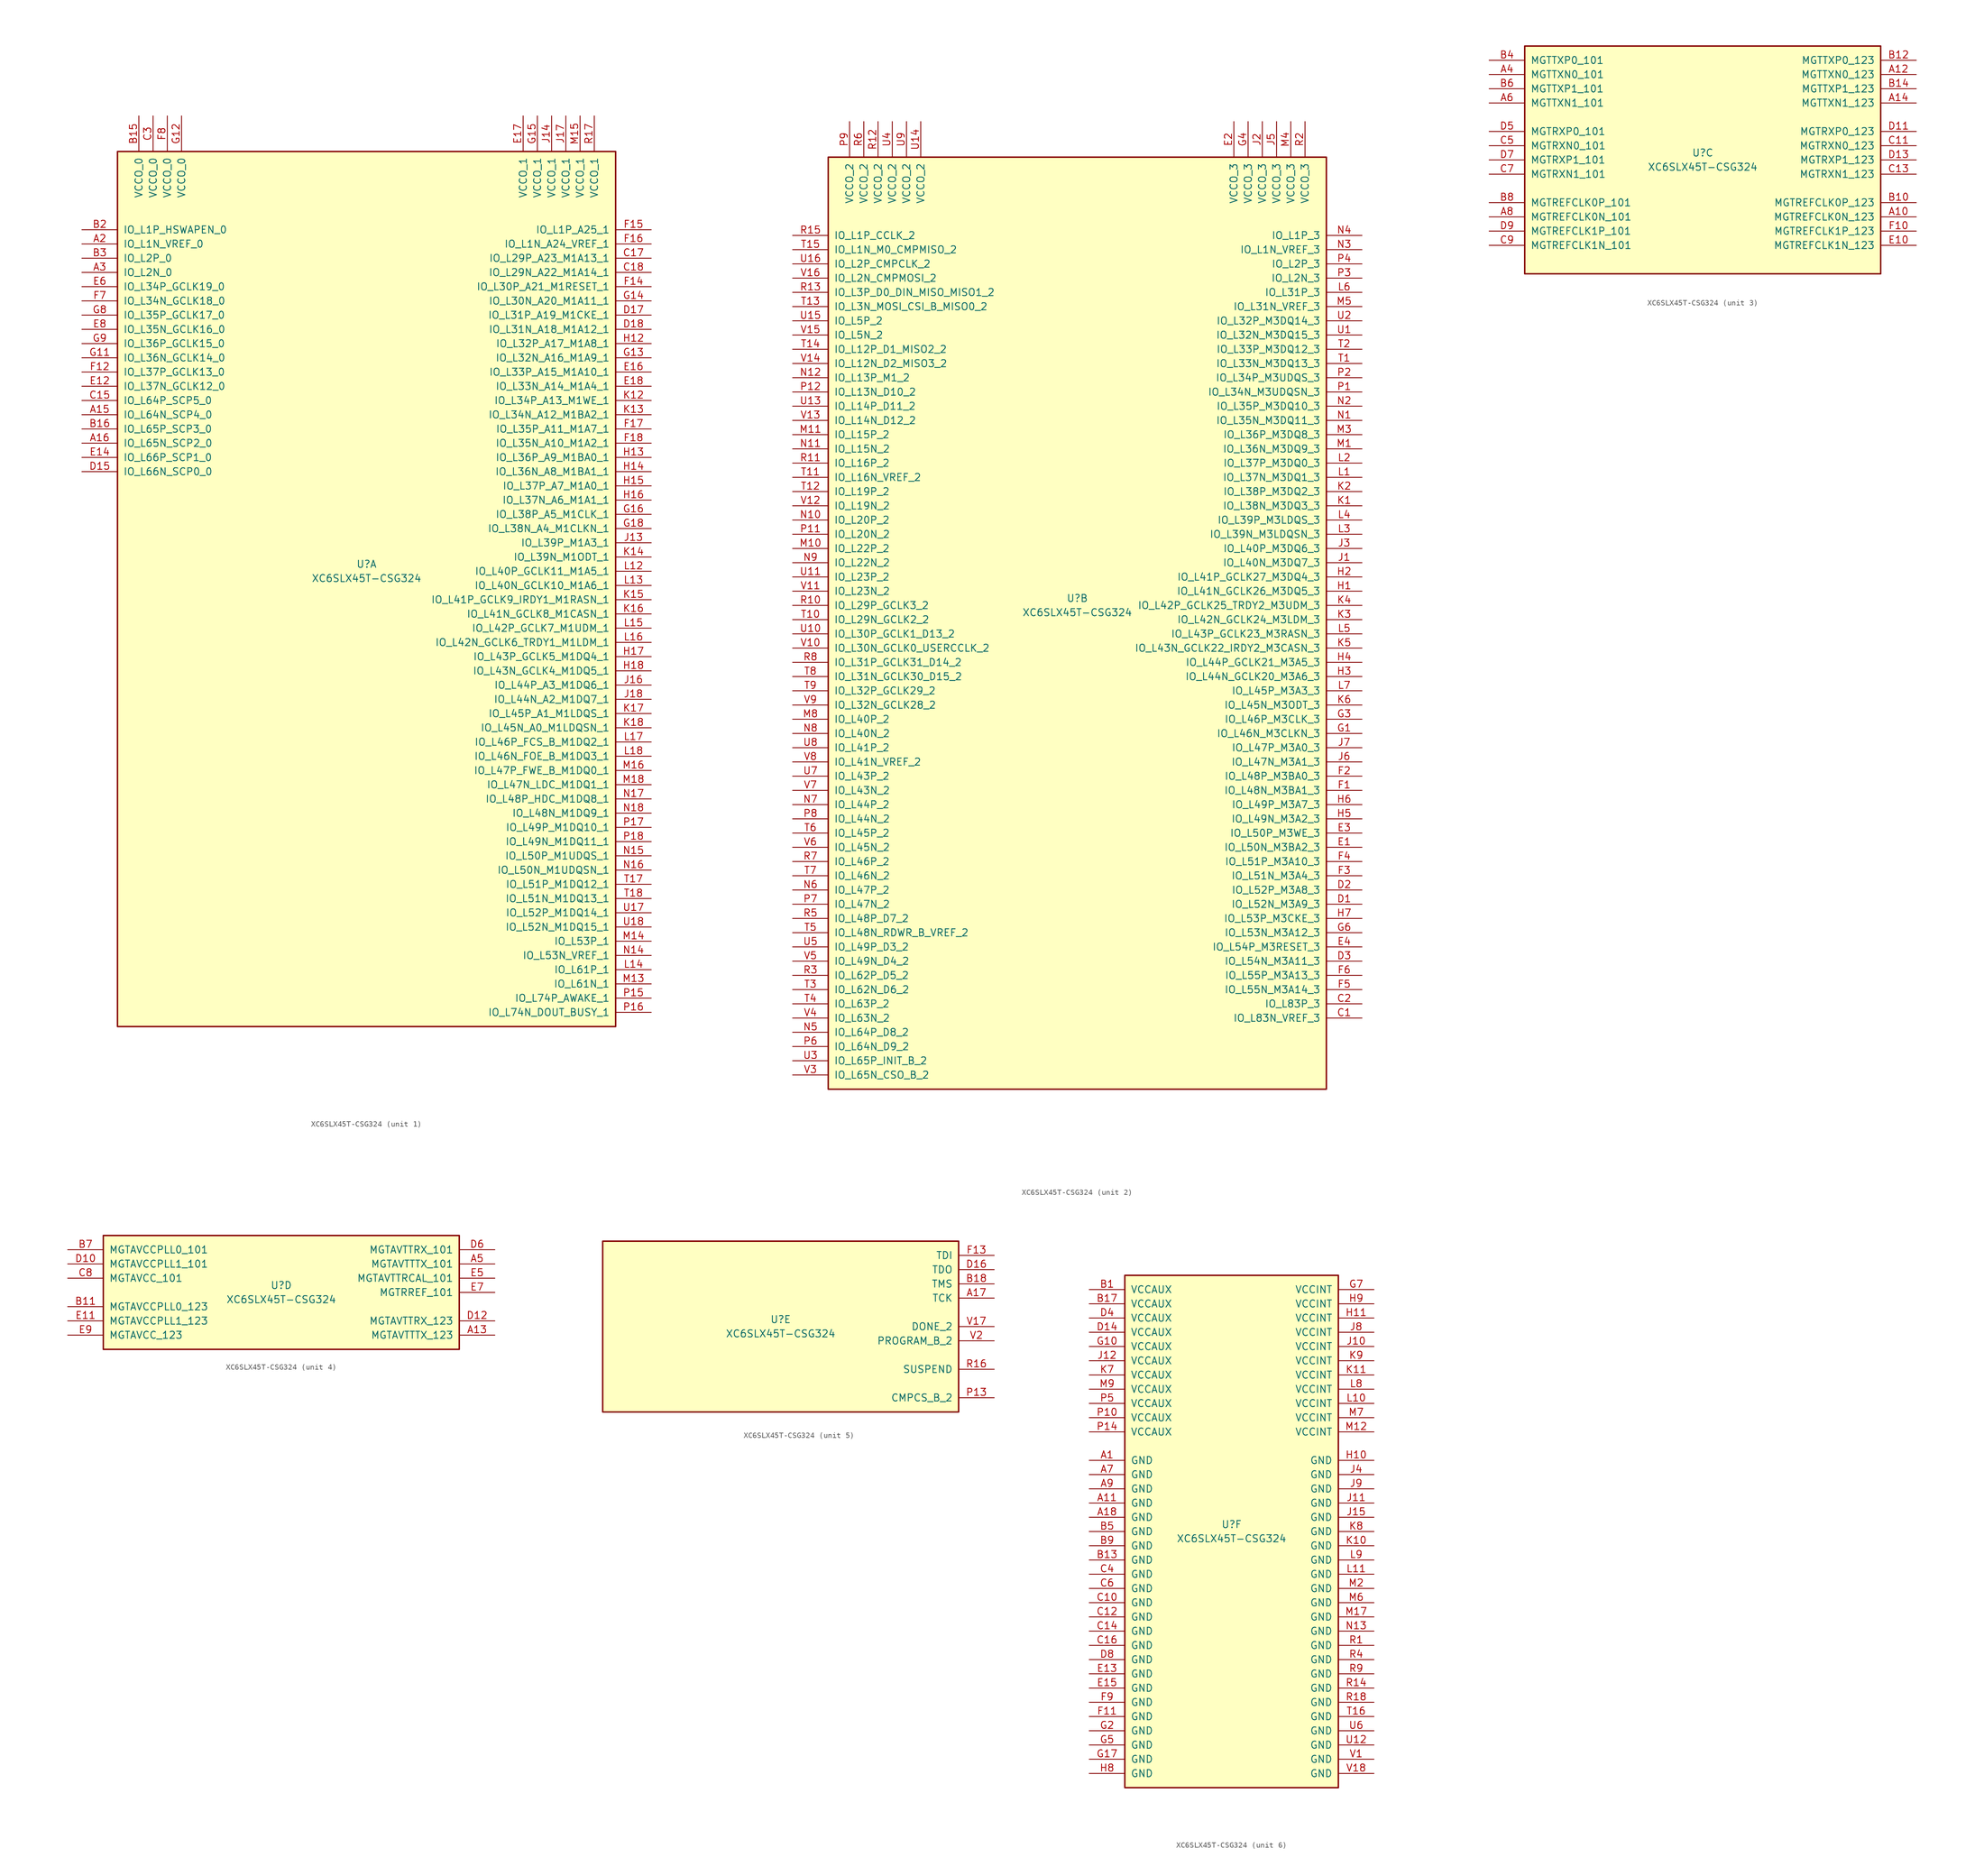
<source format=kicad_sym>
(kicad_symbol_lib
  (version 20201005)
  (generator kicad_symbol_editor)
  (symbol "XC6SLX45T-CSG324"
    (pin_names
      (offset 1.016))
    (property "Reference" "U"
      (at 0 1.27 0)
      (effects (font (size 1.27 1.27))))
    (property "Value" "XC6SLX45T-CSG324"
      (at 0 -1.27 0)
      (effects (font (size 1.27 1.27))))
    (property "Datasheet" ""
      (at 0 0 0)
      (effects (font (size 1.27 1.27))))
    (property "ki_locked" ""
      (at 0 0 0)
      (effects (font (size 1.27 1.27))))
    (symbol "XC6SLX45T-CSG324_1_1"
      (rectangle (start -44.45 74.93) (end 44.45 -81.28) (stroke (width 0.254)) (fill (type background)))
      (pin bidirectional line (at -50.8 27.94 0) (length 6.35) (name "IO_L64N_SCP4_0" (effects (font (size 1.27 1.27)))) (number "A15" (effects (font (size 1.27 1.27)))))
      (pin bidirectional line (at -50.8 22.86 0) (length 6.35) (name "IO_L65N_SCP2_0" (effects (font (size 1.27 1.27)))) (number "A16" (effects (font (size 1.27 1.27)))))
      (pin bidirectional line (at -50.8 58.42 0) (length 6.35) (name "IO_L1N_VREF_0" (effects (font (size 1.27 1.27)))) (number "A2" (effects (font (size 1.27 1.27)))))
      (pin bidirectional line (at -50.8 53.34 0) (length 6.35) (name "IO_L2N_0" (effects (font (size 1.27 1.27)))) (number "A3" (effects (font (size 1.27 1.27)))))
      (pin power_in line (at -40.64 81.28 270) (length 6.35) (name "VCCO_0" (effects (font (size 1.27 1.27)))) (number "B15" (effects (font (size 1.27 1.27)))))
      (pin bidirectional line (at -50.8 25.4 0) (length 6.35) (name "IO_L65P_SCP3_0" (effects (font (size 1.27 1.27)))) (number "B16" (effects (font (size 1.27 1.27)))))
      (pin bidirectional line (at -50.8 60.96 0) (length 6.35) (name "IO_L1P_HSWAPEN_0" (effects (font (size 1.27 1.27)))) (number "B2" (effects (font (size 1.27 1.27)))))
      (pin bidirectional line (at -50.8 55.88 0) (length 6.35) (name "IO_L2P_0" (effects (font (size 1.27 1.27)))) (number "B3" (effects (font (size 1.27 1.27)))))
      (pin bidirectional line (at -50.8 30.48 0) (length 6.35) (name "IO_L64P_SCP5_0" (effects (font (size 1.27 1.27)))) (number "C15" (effects (font (size 1.27 1.27)))))
      (pin bidirectional line (at 50.8 55.88 180) (length 6.35) (name "IO_L29P_A23_M1A13_1" (effects (font (size 1.27 1.27)))) (number "C17" (effects (font (size 1.27 1.27)))))
      (pin bidirectional line (at 50.8 53.34 180) (length 6.35) (name "IO_L29N_A22_M1A14_1" (effects (font (size 1.27 1.27)))) (number "C18" (effects (font (size 1.27 1.27)))))
      (pin power_in line (at -38.1 81.28 270) (length 6.35) (name "VCCO_0" (effects (font (size 1.27 1.27)))) (number "C3" (effects (font (size 1.27 1.27)))))
      (pin bidirectional line (at -50.8 17.78 0) (length 6.35) (name "IO_L66N_SCP0_0" (effects (font (size 1.27 1.27)))) (number "D15" (effects (font (size 1.27 1.27)))))
      (pin bidirectional line (at 50.8 45.72 180) (length 6.35) (name "IO_L31P_A19_M1CKE_1" (effects (font (size 1.27 1.27)))) (number "D17" (effects (font (size 1.27 1.27)))))
      (pin bidirectional line (at 50.8 43.18 180) (length 6.35) (name "IO_L31N_A18_M1A12_1" (effects (font (size 1.27 1.27)))) (number "D18" (effects (font (size 1.27 1.27)))))
      (pin bidirectional line (at -50.8 33.02 0) (length 6.35) (name "IO_L37N_GCLK12_0" (effects (font (size 1.27 1.27)))) (number "E12" (effects (font (size 1.27 1.27)))))
      (pin bidirectional line (at -50.8 20.32 0) (length 6.35) (name "IO_L66P_SCP1_0" (effects (font (size 1.27 1.27)))) (number "E14" (effects (font (size 1.27 1.27)))))
      (pin bidirectional line (at 50.8 35.56 180) (length 6.35) (name "IO_L33P_A15_M1A10_1" (effects (font (size 1.27 1.27)))) (number "E16" (effects (font (size 1.27 1.27)))))
      (pin power_in line (at 27.94 81.28 270) (length 6.35) (name "VCCO_1" (effects (font (size 1.27 1.27)))) (number "E17" (effects (font (size 1.27 1.27)))))
      (pin bidirectional line (at 50.8 33.02 180) (length 6.35) (name "IO_L33N_A14_M1A4_1" (effects (font (size 1.27 1.27)))) (number "E18" (effects (font (size 1.27 1.27)))))
      (pin bidirectional line (at -50.8 50.8 0) (length 6.35) (name "IO_L34P_GCLK19_0" (effects (font (size 1.27 1.27)))) (number "E6" (effects (font (size 1.27 1.27)))))
      (pin bidirectional line (at -50.8 43.18 0) (length 6.35) (name "IO_L35N_GCLK16_0" (effects (font (size 1.27 1.27)))) (number "E8" (effects (font (size 1.27 1.27)))))
      (pin bidirectional line (at -50.8 35.56 0) (length 6.35) (name "IO_L37P_GCLK13_0" (effects (font (size 1.27 1.27)))) (number "F12" (effects (font (size 1.27 1.27)))))
      (pin bidirectional line (at 50.8 50.8 180) (length 6.35) (name "IO_L30P_A21_M1RESET_1" (effects (font (size 1.27 1.27)))) (number "F14" (effects (font (size 1.27 1.27)))))
      (pin bidirectional line (at 50.8 60.96 180) (length 6.35) (name "IO_L1P_A25_1" (effects (font (size 1.27 1.27)))) (number "F15" (effects (font (size 1.27 1.27)))))
      (pin bidirectional line (at 50.8 58.42 180) (length 6.35) (name "IO_L1N_A24_VREF_1" (effects (font (size 1.27 1.27)))) (number "F16" (effects (font (size 1.27 1.27)))))
      (pin bidirectional line (at 50.8 25.4 180) (length 6.35) (name "IO_L35P_A11_M1A7_1" (effects (font (size 1.27 1.27)))) (number "F17" (effects (font (size 1.27 1.27)))))
      (pin bidirectional line (at 50.8 22.86 180) (length 6.35) (name "IO_L35N_A10_M1A2_1" (effects (font (size 1.27 1.27)))) (number "F18" (effects (font (size 1.27 1.27)))))
      (pin bidirectional line (at -50.8 48.26 0) (length 6.35) (name "IO_L34N_GCLK18_0" (effects (font (size 1.27 1.27)))) (number "F7" (effects (font (size 1.27 1.27)))))
      (pin power_in line (at -35.56 81.28 270) (length 6.35) (name "VCCO_0" (effects (font (size 1.27 1.27)))) (number "F8" (effects (font (size 1.27 1.27)))))
      (pin bidirectional line (at -50.8 38.1 0) (length 6.35) (name "IO_L36N_GCLK14_0" (effects (font (size 1.27 1.27)))) (number "G11" (effects (font (size 1.27 1.27)))))
      (pin power_in line (at -33.02 81.28 270) (length 6.35) (name "VCCO_0" (effects (font (size 1.27 1.27)))) (number "G12" (effects (font (size 1.27 1.27)))))
      (pin bidirectional line (at 50.8 38.1 180) (length 6.35) (name "IO_L32N_A16_M1A9_1" (effects (font (size 1.27 1.27)))) (number "G13" (effects (font (size 1.27 1.27)))))
      (pin bidirectional line (at 50.8 48.26 180) (length 6.35) (name "IO_L30N_A20_M1A11_1" (effects (font (size 1.27 1.27)))) (number "G14" (effects (font (size 1.27 1.27)))))
      (pin power_in line (at 30.48 81.28 270) (length 6.35) (name "VCCO_1" (effects (font (size 1.27 1.27)))) (number "G15" (effects (font (size 1.27 1.27)))))
      (pin bidirectional line (at 50.8 10.16 180) (length 6.35) (name "IO_L38P_A5_M1CLK_1" (effects (font (size 1.27 1.27)))) (number "G16" (effects (font (size 1.27 1.27)))))
      (pin bidirectional line (at 50.8 7.62 180) (length 6.35) (name "IO_L38N_A4_M1CLKN_1" (effects (font (size 1.27 1.27)))) (number "G18" (effects (font (size 1.27 1.27)))))
      (pin bidirectional line (at -50.8 45.72 0) (length 6.35) (name "IO_L35P_GCLK17_0" (effects (font (size 1.27 1.27)))) (number "G8" (effects (font (size 1.27 1.27)))))
      (pin bidirectional line (at -50.8 40.64 0) (length 6.35) (name "IO_L36P_GCLK15_0" (effects (font (size 1.27 1.27)))) (number "G9" (effects (font (size 1.27 1.27)))))
      (pin bidirectional line (at 50.8 40.64 180) (length 6.35) (name "IO_L32P_A17_M1A8_1" (effects (font (size 1.27 1.27)))) (number "H12" (effects (font (size 1.27 1.27)))))
      (pin bidirectional line (at 50.8 20.32 180) (length 6.35) (name "IO_L36P_A9_M1BA0_1" (effects (font (size 1.27 1.27)))) (number "H13" (effects (font (size 1.27 1.27)))))
      (pin bidirectional line (at 50.8 17.78 180) (length 6.35) (name "IO_L36N_A8_M1BA1_1" (effects (font (size 1.27 1.27)))) (number "H14" (effects (font (size 1.27 1.27)))))
      (pin bidirectional line (at 50.8 15.24 180) (length 6.35) (name "IO_L37P_A7_M1A0_1" (effects (font (size 1.27 1.27)))) (number "H15" (effects (font (size 1.27 1.27)))))
      (pin bidirectional line (at 50.8 12.7 180) (length 6.35) (name "IO_L37N_A6_M1A1_1" (effects (font (size 1.27 1.27)))) (number "H16" (effects (font (size 1.27 1.27)))))
      (pin bidirectional line (at 50.8 -15.24 180) (length 6.35) (name "IO_L43P_GCLK5_M1DQ4_1" (effects (font (size 1.27 1.27)))) (number "H17" (effects (font (size 1.27 1.27)))))
      (pin bidirectional line (at 50.8 -17.78 180) (length 6.35) (name "IO_L43N_GCLK4_M1DQ5_1" (effects (font (size 1.27 1.27)))) (number "H18" (effects (font (size 1.27 1.27)))))
      (pin bidirectional line (at 50.8 5.08 180) (length 6.35) (name "IO_L39P_M1A3_1" (effects (font (size 1.27 1.27)))) (number "J13" (effects (font (size 1.27 1.27)))))
      (pin power_in line (at 33.02 81.28 270) (length 6.35) (name "VCCO_1" (effects (font (size 1.27 1.27)))) (number "J14" (effects (font (size 1.27 1.27)))))
      (pin bidirectional line (at 50.8 -20.32 180) (length 6.35) (name "IO_L44P_A3_M1DQ6_1" (effects (font (size 1.27 1.27)))) (number "J16" (effects (font (size 1.27 1.27)))))
      (pin power_in line (at 35.56 81.28 270) (length 6.35) (name "VCCO_1" (effects (font (size 1.27 1.27)))) (number "J17" (effects (font (size 1.27 1.27)))))
      (pin bidirectional line (at 50.8 -22.86 180) (length 6.35) (name "IO_L44N_A2_M1DQ7_1" (effects (font (size 1.27 1.27)))) (number "J18" (effects (font (size 1.27 1.27)))))
      (pin bidirectional line (at 50.8 30.48 180) (length 6.35) (name "IO_L34P_A13_M1WE_1" (effects (font (size 1.27 1.27)))) (number "K12" (effects (font (size 1.27 1.27)))))
      (pin bidirectional line (at 50.8 27.94 180) (length 6.35) (name "IO_L34N_A12_M1BA2_1" (effects (font (size 1.27 1.27)))) (number "K13" (effects (font (size 1.27 1.27)))))
      (pin bidirectional line (at 50.8 2.54 180) (length 6.35) (name "IO_L39N_M1ODT_1" (effects (font (size 1.27 1.27)))) (number "K14" (effects (font (size 1.27 1.27)))))
      (pin bidirectional line (at 50.8 -5.08 180) (length 6.35) (name "IO_L41P_GCLK9_IRDY1_M1RASN_1" (effects (font (size 1.27 1.27)))) (number "K15" (effects (font (size 1.27 1.27)))))
      (pin bidirectional line (at 50.8 -7.62 180) (length 6.35) (name "IO_L41N_GCLK8_M1CASN_1" (effects (font (size 1.27 1.27)))) (number "K16" (effects (font (size 1.27 1.27)))))
      (pin bidirectional line (at 50.8 -25.4 180) (length 6.35) (name "IO_L45P_A1_M1LDQS_1" (effects (font (size 1.27 1.27)))) (number "K17" (effects (font (size 1.27 1.27)))))
      (pin bidirectional line (at 50.8 -27.94 180) (length 6.35) (name "IO_L45N_A0_M1LDQSN_1" (effects (font (size 1.27 1.27)))) (number "K18" (effects (font (size 1.27 1.27)))))
      (pin bidirectional line (at 50.8 0 180) (length 6.35) (name "IO_L40P_GCLK11_M1A5_1" (effects (font (size 1.27 1.27)))) (number "L12" (effects (font (size 1.27 1.27)))))
      (pin bidirectional line (at 50.8 -2.54 180) (length 6.35) (name "IO_L40N_GCLK10_M1A6_1" (effects (font (size 1.27 1.27)))) (number "L13" (effects (font (size 1.27 1.27)))))
      (pin bidirectional line (at 50.8 -71.12 180) (length 6.35) (name "IO_L61P_1" (effects (font (size 1.27 1.27)))) (number "L14" (effects (font (size 1.27 1.27)))))
      (pin bidirectional line (at 50.8 -10.16 180) (length 6.35) (name "IO_L42P_GCLK7_M1UDM_1" (effects (font (size 1.27 1.27)))) (number "L15" (effects (font (size 1.27 1.27)))))
      (pin bidirectional line (at 50.8 -12.7 180) (length 6.35) (name "IO_L42N_GCLK6_TRDY1_M1LDM_1" (effects (font (size 1.27 1.27)))) (number "L16" (effects (font (size 1.27 1.27)))))
      (pin bidirectional line (at 50.8 -30.48 180) (length 6.35) (name "IO_L46P_FCS_B_M1DQ2_1" (effects (font (size 1.27 1.27)))) (number "L17" (effects (font (size 1.27 1.27)))))
      (pin bidirectional line (at 50.8 -33.02 180) (length 6.35) (name "IO_L46N_FOE_B_M1DQ3_1" (effects (font (size 1.27 1.27)))) (number "L18" (effects (font (size 1.27 1.27)))))
      (pin bidirectional line (at 50.8 -73.66 180) (length 6.35) (name "IO_L61N_1" (effects (font (size 1.27 1.27)))) (number "M13" (effects (font (size 1.27 1.27)))))
      (pin bidirectional line (at 50.8 -66.04 180) (length 6.35) (name "IO_L53P_1" (effects (font (size 1.27 1.27)))) (number "M14" (effects (font (size 1.27 1.27)))))
      (pin power_in line (at 38.1 81.28 270) (length 6.35) (name "VCCO_1" (effects (font (size 1.27 1.27)))) (number "M15" (effects (font (size 1.27 1.27)))))
      (pin bidirectional line (at 50.8 -35.56 180) (length 6.35) (name "IO_L47P_FWE_B_M1DQ0_1" (effects (font (size 1.27 1.27)))) (number "M16" (effects (font (size 1.27 1.27)))))
      (pin bidirectional line (at 50.8 -38.1 180) (length 6.35) (name "IO_L47N_LDC_M1DQ1_1" (effects (font (size 1.27 1.27)))) (number "M18" (effects (font (size 1.27 1.27)))))
      (pin bidirectional line (at 50.8 -68.58 180) (length 6.35) (name "IO_L53N_VREF_1" (effects (font (size 1.27 1.27)))) (number "N14" (effects (font (size 1.27 1.27)))))
      (pin bidirectional line (at 50.8 -50.8 180) (length 6.35) (name "IO_L50P_M1UDQS_1" (effects (font (size 1.27 1.27)))) (number "N15" (effects (font (size 1.27 1.27)))))
      (pin bidirectional line (at 50.8 -53.34 180) (length 6.35) (name "IO_L50N_M1UDQSN_1" (effects (font (size 1.27 1.27)))) (number "N16" (effects (font (size 1.27 1.27)))))
      (pin bidirectional line (at 50.8 -40.64 180) (length 6.35) (name "IO_L48P_HDC_M1DQ8_1" (effects (font (size 1.27 1.27)))) (number "N17" (effects (font (size 1.27 1.27)))))
      (pin bidirectional line (at 50.8 -43.18 180) (length 6.35) (name "IO_L48N_M1DQ9_1" (effects (font (size 1.27 1.27)))) (number "N18" (effects (font (size 1.27 1.27)))))
      (pin bidirectional line (at 50.8 -76.2 180) (length 6.35) (name "IO_L74P_AWAKE_1" (effects (font (size 1.27 1.27)))) (number "P15" (effects (font (size 1.27 1.27)))))
      (pin bidirectional line (at 50.8 -78.74 180) (length 6.35) (name "IO_L74N_DOUT_BUSY_1" (effects (font (size 1.27 1.27)))) (number "P16" (effects (font (size 1.27 1.27)))))
      (pin bidirectional line (at 50.8 -45.72 180) (length 6.35) (name "IO_L49P_M1DQ10_1" (effects (font (size 1.27 1.27)))) (number "P17" (effects (font (size 1.27 1.27)))))
      (pin bidirectional line (at 50.8 -48.26 180) (length 6.35) (name "IO_L49N_M1DQ11_1" (effects (font (size 1.27 1.27)))) (number "P18" (effects (font (size 1.27 1.27)))))
      (pin power_in line (at 40.64 81.28 270) (length 6.35) (name "VCCO_1" (effects (font (size 1.27 1.27)))) (number "R17" (effects (font (size 1.27 1.27)))))
      (pin bidirectional line (at 50.8 -55.88 180) (length 6.35) (name "IO_L51P_M1DQ12_1" (effects (font (size 1.27 1.27)))) (number "T17" (effects (font (size 1.27 1.27)))))
      (pin bidirectional line (at 50.8 -58.42 180) (length 6.35) (name "IO_L51N_M1DQ13_1" (effects (font (size 1.27 1.27)))) (number "T18" (effects (font (size 1.27 1.27)))))
      (pin bidirectional line (at 50.8 -60.96 180) (length 6.35) (name "IO_L52P_M1DQ14_1" (effects (font (size 1.27 1.27)))) (number "U17" (effects (font (size 1.27 1.27)))))
      (pin bidirectional line (at 50.8 -63.5 180) (length 6.35) (name "IO_L52N_M1DQ15_1" (effects (font (size 1.27 1.27)))) (number "U18" (effects (font (size 1.27 1.27))))))
    (symbol "XC6SLX45T-CSG324_2_1"
      (rectangle (start -44.45 80.01) (end 44.45 -86.36) (stroke (width 0.254)) (fill (type background)))
      (pin bidirectional line (at 50.8 -73.66 180) (length 6.35) (name "IO_L83N_VREF_3" (effects (font (size 1.27 1.27)))) (number "C1" (effects (font (size 1.27 1.27)))))
      (pin bidirectional line (at 50.8 -71.12 180) (length 6.35) (name "IO_L83P_3" (effects (font (size 1.27 1.27)))) (number "C2" (effects (font (size 1.27 1.27)))))
      (pin bidirectional line (at 50.8 -53.34 180) (length 6.35) (name "IO_L52N_M3A9_3" (effects (font (size 1.27 1.27)))) (number "D1" (effects (font (size 1.27 1.27)))))
      (pin bidirectional line (at 50.8 -50.8 180) (length 6.35) (name "IO_L52P_M3A8_3" (effects (font (size 1.27 1.27)))) (number "D2" (effects (font (size 1.27 1.27)))))
      (pin bidirectional line (at 50.8 -63.5 180) (length 6.35) (name "IO_L54N_M3A11_3" (effects (font (size 1.27 1.27)))) (number "D3" (effects (font (size 1.27 1.27)))))
      (pin bidirectional line (at 50.8 -43.18 180) (length 6.35) (name "IO_L50N_M3BA2_3" (effects (font (size 1.27 1.27)))) (number "E1" (effects (font (size 1.27 1.27)))))
      (pin power_in line (at 27.94 86.36 270) (length 6.35) (name "VCCO_3" (effects (font (size 1.27 1.27)))) (number "E2" (effects (font (size 1.27 1.27)))))
      (pin bidirectional line (at 50.8 -40.64 180) (length 6.35) (name "IO_L50P_M3WE_3" (effects (font (size 1.27 1.27)))) (number "E3" (effects (font (size 1.27 1.27)))))
      (pin bidirectional line (at 50.8 -60.96 180) (length 6.35) (name "IO_L54P_M3RESET_3" (effects (font (size 1.27 1.27)))) (number "E4" (effects (font (size 1.27 1.27)))))
      (pin bidirectional line (at 50.8 -33.02 180) (length 6.35) (name "IO_L48N_M3BA1_3" (effects (font (size 1.27 1.27)))) (number "F1" (effects (font (size 1.27 1.27)))))
      (pin bidirectional line (at 50.8 -30.48 180) (length 6.35) (name "IO_L48P_M3BA0_3" (effects (font (size 1.27 1.27)))) (number "F2" (effects (font (size 1.27 1.27)))))
      (pin bidirectional line (at 50.8 -48.26 180) (length 6.35) (name "IO_L51N_M3A4_3" (effects (font (size 1.27 1.27)))) (number "F3" (effects (font (size 1.27 1.27)))))
      (pin bidirectional line (at 50.8 -45.72 180) (length 6.35) (name "IO_L51P_M3A10_3" (effects (font (size 1.27 1.27)))) (number "F4" (effects (font (size 1.27 1.27)))))
      (pin bidirectional line (at 50.8 -68.58 180) (length 6.35) (name "IO_L55N_M3A14_3" (effects (font (size 1.27 1.27)))) (number "F5" (effects (font (size 1.27 1.27)))))
      (pin bidirectional line (at 50.8 -66.04 180) (length 6.35) (name "IO_L55P_M3A13_3" (effects (font (size 1.27 1.27)))) (number "F6" (effects (font (size 1.27 1.27)))))
      (pin bidirectional line (at 50.8 -22.86 180) (length 6.35) (name "IO_L46N_M3CLKN_3" (effects (font (size 1.27 1.27)))) (number "G1" (effects (font (size 1.27 1.27)))))
      (pin bidirectional line (at 50.8 -20.32 180) (length 6.35) (name "IO_L46P_M3CLK_3" (effects (font (size 1.27 1.27)))) (number "G3" (effects (font (size 1.27 1.27)))))
      (pin power_in line (at 30.48 86.36 270) (length 6.35) (name "VCCO_3" (effects (font (size 1.27 1.27)))) (number "G4" (effects (font (size 1.27 1.27)))))
      (pin bidirectional line (at 50.8 -58.42 180) (length 6.35) (name "IO_L53N_M3A12_3" (effects (font (size 1.27 1.27)))) (number "G6" (effects (font (size 1.27 1.27)))))
      (pin bidirectional line (at 50.8 2.54 180) (length 6.35) (name "IO_L41N_GCLK26_M3DQ5_3" (effects (font (size 1.27 1.27)))) (number "H1" (effects (font (size 1.27 1.27)))))
      (pin bidirectional line (at 50.8 5.08 180) (length 6.35) (name "IO_L41P_GCLK27_M3DQ4_3" (effects (font (size 1.27 1.27)))) (number "H2" (effects (font (size 1.27 1.27)))))
      (pin bidirectional line (at 50.8 -12.7 180) (length 6.35) (name "IO_L44N_GCLK20_M3A6_3" (effects (font (size 1.27 1.27)))) (number "H3" (effects (font (size 1.27 1.27)))))
      (pin bidirectional line (at 50.8 -10.16 180) (length 6.35) (name "IO_L44P_GCLK21_M3A5_3" (effects (font (size 1.27 1.27)))) (number "H4" (effects (font (size 1.27 1.27)))))
      (pin bidirectional line (at 50.8 -38.1 180) (length 6.35) (name "IO_L49N_M3A2_3" (effects (font (size 1.27 1.27)))) (number "H5" (effects (font (size 1.27 1.27)))))
      (pin bidirectional line (at 50.8 -35.56 180) (length 6.35) (name "IO_L49P_M3A7_3" (effects (font (size 1.27 1.27)))) (number "H6" (effects (font (size 1.27 1.27)))))
      (pin bidirectional line (at 50.8 -55.88 180) (length 6.35) (name "IO_L53P_M3CKE_3" (effects (font (size 1.27 1.27)))) (number "H7" (effects (font (size 1.27 1.27)))))
      (pin bidirectional line (at 50.8 7.62 180) (length 6.35) (name "IO_L40N_M3DQ7_3" (effects (font (size 1.27 1.27)))) (number "J1" (effects (font (size 1.27 1.27)))))
      (pin power_in line (at 33.02 86.36 270) (length 6.35) (name "VCCO_3" (effects (font (size 1.27 1.27)))) (number "J2" (effects (font (size 1.27 1.27)))))
      (pin bidirectional line (at 50.8 10.16 180) (length 6.35) (name "IO_L40P_M3DQ6_3" (effects (font (size 1.27 1.27)))) (number "J3" (effects (font (size 1.27 1.27)))))
      (pin power_in line (at 35.56 86.36 270) (length 6.35) (name "VCCO_3" (effects (font (size 1.27 1.27)))) (number "J5" (effects (font (size 1.27 1.27)))))
      (pin bidirectional line (at 50.8 -27.94 180) (length 6.35) (name "IO_L47N_M3A1_3" (effects (font (size 1.27 1.27)))) (number "J6" (effects (font (size 1.27 1.27)))))
      (pin bidirectional line (at 50.8 -25.4 180) (length 6.35) (name "IO_L47P_M3A0_3" (effects (font (size 1.27 1.27)))) (number "J7" (effects (font (size 1.27 1.27)))))
      (pin bidirectional line (at 50.8 17.78 180) (length 6.35) (name "IO_L38N_M3DQ3_3" (effects (font (size 1.27 1.27)))) (number "K1" (effects (font (size 1.27 1.27)))))
      (pin bidirectional line (at 50.8 20.32 180) (length 6.35) (name "IO_L38P_M3DQ2_3" (effects (font (size 1.27 1.27)))) (number "K2" (effects (font (size 1.27 1.27)))))
      (pin bidirectional line (at 50.8 -2.54 180) (length 6.35) (name "IO_L42N_GCLK24_M3LDM_3" (effects (font (size 1.27 1.27)))) (number "K3" (effects (font (size 1.27 1.27)))))
      (pin bidirectional line (at 50.8 0 180) (length 6.35) (name "IO_L42P_GCLK25_TRDY2_M3UDM_3" (effects (font (size 1.27 1.27)))) (number "K4" (effects (font (size 1.27 1.27)))))
      (pin bidirectional line (at 50.8 -7.62 180) (length 6.35) (name "IO_L43N_GCLK22_IRDY2_M3CASN_3" (effects (font (size 1.27 1.27)))) (number "K5" (effects (font (size 1.27 1.27)))))
      (pin bidirectional line (at 50.8 -17.78 180) (length 6.35) (name "IO_L45N_M3ODT_3" (effects (font (size 1.27 1.27)))) (number "K6" (effects (font (size 1.27 1.27)))))
      (pin bidirectional line (at 50.8 22.86 180) (length 6.35) (name "IO_L37N_M3DQ1_3" (effects (font (size 1.27 1.27)))) (number "L1" (effects (font (size 1.27 1.27)))))
      (pin bidirectional line (at 50.8 25.4 180) (length 6.35) (name "IO_L37P_M3DQ0_3" (effects (font (size 1.27 1.27)))) (number "L2" (effects (font (size 1.27 1.27)))))
      (pin bidirectional line (at 50.8 12.7 180) (length 6.35) (name "IO_L39N_M3LDQSN_3" (effects (font (size 1.27 1.27)))) (number "L3" (effects (font (size 1.27 1.27)))))
      (pin bidirectional line (at 50.8 15.24 180) (length 6.35) (name "IO_L39P_M3LDQS_3" (effects (font (size 1.27 1.27)))) (number "L4" (effects (font (size 1.27 1.27)))))
      (pin bidirectional line (at 50.8 -5.08 180) (length 6.35) (name "IO_L43P_GCLK23_M3RASN_3" (effects (font (size 1.27 1.27)))) (number "L5" (effects (font (size 1.27 1.27)))))
      (pin bidirectional line (at 50.8 55.88 180) (length 6.35) (name "IO_L31P_3" (effects (font (size 1.27 1.27)))) (number "L6" (effects (font (size 1.27 1.27)))))
      (pin bidirectional line (at 50.8 -15.24 180) (length 6.35) (name "IO_L45P_M3A3_3" (effects (font (size 1.27 1.27)))) (number "L7" (effects (font (size 1.27 1.27)))))
      (pin bidirectional line (at 50.8 27.94 180) (length 6.35) (name "IO_L36N_M3DQ9_3" (effects (font (size 1.27 1.27)))) (number "M1" (effects (font (size 1.27 1.27)))))
      (pin bidirectional line (at -50.8 10.16 0) (length 6.35) (name "IO_L22P_2" (effects (font (size 1.27 1.27)))) (number "M10" (effects (font (size 1.27 1.27)))))
      (pin bidirectional line (at -50.8 30.48 0) (length 6.35) (name "IO_L15P_2" (effects (font (size 1.27 1.27)))) (number "M11" (effects (font (size 1.27 1.27)))))
      (pin bidirectional line (at 50.8 30.48 180) (length 6.35) (name "IO_L36P_M3DQ8_3" (effects (font (size 1.27 1.27)))) (number "M3" (effects (font (size 1.27 1.27)))))
      (pin power_in line (at 38.1 86.36 270) (length 6.35) (name "VCCO_3" (effects (font (size 1.27 1.27)))) (number "M4" (effects (font (size 1.27 1.27)))))
      (pin bidirectional line (at 50.8 53.34 180) (length 6.35) (name "IO_L31N_VREF_3" (effects (font (size 1.27 1.27)))) (number "M5" (effects (font (size 1.27 1.27)))))
      (pin bidirectional line (at -50.8 -20.32 0) (length 6.35) (name "IO_L40P_2" (effects (font (size 1.27 1.27)))) (number "M8" (effects (font (size 1.27 1.27)))))
      (pin bidirectional line (at 50.8 33.02 180) (length 6.35) (name "IO_L35N_M3DQ11_3" (effects (font (size 1.27 1.27)))) (number "N1" (effects (font (size 1.27 1.27)))))
      (pin bidirectional line (at -50.8 15.24 0) (length 6.35) (name "IO_L20P_2" (effects (font (size 1.27 1.27)))) (number "N10" (effects (font (size 1.27 1.27)))))
      (pin bidirectional line (at -50.8 27.94 0) (length 6.35) (name "IO_L15N_2" (effects (font (size 1.27 1.27)))) (number "N11" (effects (font (size 1.27 1.27)))))
      (pin bidirectional line (at -50.8 40.64 0) (length 6.35) (name "IO_L13P_M1_2" (effects (font (size 1.27 1.27)))) (number "N12" (effects (font (size 1.27 1.27)))))
      (pin bidirectional line (at 50.8 35.56 180) (length 6.35) (name "IO_L35P_M3DQ10_3" (effects (font (size 1.27 1.27)))) (number "N2" (effects (font (size 1.27 1.27)))))
      (pin bidirectional line (at 50.8 63.5 180) (length 6.35) (name "IO_L1N_VREF_3" (effects (font (size 1.27 1.27)))) (number "N3" (effects (font (size 1.27 1.27)))))
      (pin bidirectional line (at 50.8 66.04 180) (length 6.35) (name "IO_L1P_3" (effects (font (size 1.27 1.27)))) (number "N4" (effects (font (size 1.27 1.27)))))
      (pin bidirectional line (at -50.8 -76.2 0) (length 6.35) (name "IO_L64P_D8_2" (effects (font (size 1.27 1.27)))) (number "N5" (effects (font (size 1.27 1.27)))))
      (pin bidirectional line (at -50.8 -50.8 0) (length 6.35) (name "IO_L47P_2" (effects (font (size 1.27 1.27)))) (number "N6" (effects (font (size 1.27 1.27)))))
      (pin bidirectional line (at -50.8 -35.56 0) (length 6.35) (name "IO_L44P_2" (effects (font (size 1.27 1.27)))) (number "N7" (effects (font (size 1.27 1.27)))))
      (pin bidirectional line (at -50.8 -22.86 0) (length 6.35) (name "IO_L40N_2" (effects (font (size 1.27 1.27)))) (number "N8" (effects (font (size 1.27 1.27)))))
      (pin bidirectional line (at -50.8 7.62 0) (length 6.35) (name "IO_L22N_2" (effects (font (size 1.27 1.27)))) (number "N9" (effects (font (size 1.27 1.27)))))
      (pin bidirectional line (at 50.8 38.1 180) (length 6.35) (name "IO_L34N_M3UDQSN_3" (effects (font (size 1.27 1.27)))) (number "P1" (effects (font (size 1.27 1.27)))))
      (pin bidirectional line (at -50.8 12.7 0) (length 6.35) (name "IO_L20N_2" (effects (font (size 1.27 1.27)))) (number "P11" (effects (font (size 1.27 1.27)))))
      (pin bidirectional line (at -50.8 38.1 0) (length 6.35) (name "IO_L13N_D10_2" (effects (font (size 1.27 1.27)))) (number "P12" (effects (font (size 1.27 1.27)))))
      (pin bidirectional line (at 50.8 40.64 180) (length 6.35) (name "IO_L34P_M3UDQS_3" (effects (font (size 1.27 1.27)))) (number "P2" (effects (font (size 1.27 1.27)))))
      (pin bidirectional line (at 50.8 58.42 180) (length 6.35) (name "IO_L2N_3" (effects (font (size 1.27 1.27)))) (number "P3" (effects (font (size 1.27 1.27)))))
      (pin bidirectional line (at 50.8 60.96 180) (length 6.35) (name "IO_L2P_3" (effects (font (size 1.27 1.27)))) (number "P4" (effects (font (size 1.27 1.27)))))
      (pin bidirectional line (at -50.8 -78.74 0) (length 6.35) (name "IO_L64N_D9_2" (effects (font (size 1.27 1.27)))) (number "P6" (effects (font (size 1.27 1.27)))))
      (pin bidirectional line (at -50.8 -53.34 0) (length 6.35) (name "IO_L47N_2" (effects (font (size 1.27 1.27)))) (number "P7" (effects (font (size 1.27 1.27)))))
      (pin bidirectional line (at -50.8 -38.1 0) (length 6.35) (name "IO_L44N_2" (effects (font (size 1.27 1.27)))) (number "P8" (effects (font (size 1.27 1.27)))))
      (pin power_in line (at -40.64 86.36 270) (length 6.35) (name "VCCO_2" (effects (font (size 1.27 1.27)))) (number "P9" (effects (font (size 1.27 1.27)))))
      (pin bidirectional line (at -50.8 0 0) (length 6.35) (name "IO_L29P_GCLK3_2" (effects (font (size 1.27 1.27)))) (number "R10" (effects (font (size 1.27 1.27)))))
      (pin bidirectional line (at -50.8 25.4 0) (length 6.35) (name "IO_L16P_2" (effects (font (size 1.27 1.27)))) (number "R11" (effects (font (size 1.27 1.27)))))
      (pin power_in line (at -35.56 86.36 270) (length 6.35) (name "VCCO_2" (effects (font (size 1.27 1.27)))) (number "R12" (effects (font (size 1.27 1.27)))))
      (pin bidirectional line (at -50.8 55.88 0) (length 6.35) (name "IO_L3P_D0_DIN_MISO_MISO1_2" (effects (font (size 1.27 1.27)))) (number "R13" (effects (font (size 1.27 1.27)))))
      (pin bidirectional line (at -50.8 66.04 0) (length 6.35) (name "IO_L1P_CCLK_2" (effects (font (size 1.27 1.27)))) (number "R15" (effects (font (size 1.27 1.27)))))
      (pin power_in line (at 40.64 86.36 270) (length 6.35) (name "VCCO_3" (effects (font (size 1.27 1.27)))) (number "R2" (effects (font (size 1.27 1.27)))))
      (pin bidirectional line (at -50.8 -66.04 0) (length 6.35) (name "IO_L62P_D5_2" (effects (font (size 1.27 1.27)))) (number "R3" (effects (font (size 1.27 1.27)))))
      (pin bidirectional line (at -50.8 -55.88 0) (length 6.35) (name "IO_L48P_D7_2" (effects (font (size 1.27 1.27)))) (number "R5" (effects (font (size 1.27 1.27)))))
      (pin power_in line (at -38.1 86.36 270) (length 6.35) (name "VCCO_2" (effects (font (size 1.27 1.27)))) (number "R6" (effects (font (size 1.27 1.27)))))
      (pin bidirectional line (at -50.8 -45.72 0) (length 6.35) (name "IO_L46P_2" (effects (font (size 1.27 1.27)))) (number "R7" (effects (font (size 1.27 1.27)))))
      (pin bidirectional line (at -50.8 -10.16 0) (length 6.35) (name "IO_L31P_GCLK31_D14_2" (effects (font (size 1.27 1.27)))) (number "R8" (effects (font (size 1.27 1.27)))))
      (pin bidirectional line (at 50.8 43.18 180) (length 6.35) (name "IO_L33N_M3DQ13_3" (effects (font (size 1.27 1.27)))) (number "T1" (effects (font (size 1.27 1.27)))))
      (pin bidirectional line (at -50.8 -2.54 0) (length 6.35) (name "IO_L29N_GCLK2_2" (effects (font (size 1.27 1.27)))) (number "T10" (effects (font (size 1.27 1.27)))))
      (pin bidirectional line (at -50.8 22.86 0) (length 6.35) (name "IO_L16N_VREF_2" (effects (font (size 1.27 1.27)))) (number "T11" (effects (font (size 1.27 1.27)))))
      (pin bidirectional line (at -50.8 20.32 0) (length 6.35) (name "IO_L19P_2" (effects (font (size 1.27 1.27)))) (number "T12" (effects (font (size 1.27 1.27)))))
      (pin bidirectional line (at -50.8 53.34 0) (length 6.35) (name "IO_L3N_MOSI_CSI_B_MISO0_2" (effects (font (size 1.27 1.27)))) (number "T13" (effects (font (size 1.27 1.27)))))
      (pin bidirectional line (at -50.8 45.72 0) (length 6.35) (name "IO_L12P_D1_MISO2_2" (effects (font (size 1.27 1.27)))) (number "T14" (effects (font (size 1.27 1.27)))))
      (pin bidirectional line (at -50.8 63.5 0) (length 6.35) (name "IO_L1N_M0_CMPMISO_2" (effects (font (size 1.27 1.27)))) (number "T15" (effects (font (size 1.27 1.27)))))
      (pin bidirectional line (at 50.8 45.72 180) (length 6.35) (name "IO_L33P_M3DQ12_3" (effects (font (size 1.27 1.27)))) (number "T2" (effects (font (size 1.27 1.27)))))
      (pin bidirectional line (at -50.8 -68.58 0) (length 6.35) (name "IO_L62N_D6_2" (effects (font (size 1.27 1.27)))) (number "T3" (effects (font (size 1.27 1.27)))))
      (pin bidirectional line (at -50.8 -71.12 0) (length 6.35) (name "IO_L63P_2" (effects (font (size 1.27 1.27)))) (number "T4" (effects (font (size 1.27 1.27)))))
      (pin bidirectional line (at -50.8 -58.42 0) (length 6.35) (name "IO_L48N_RDWR_B_VREF_2" (effects (font (size 1.27 1.27)))) (number "T5" (effects (font (size 1.27 1.27)))))
      (pin bidirectional line (at -50.8 -40.64 0) (length 6.35) (name "IO_L45P_2" (effects (font (size 1.27 1.27)))) (number "T6" (effects (font (size 1.27 1.27)))))
      (pin bidirectional line (at -50.8 -48.26 0) (length 6.35) (name "IO_L46N_2" (effects (font (size 1.27 1.27)))) (number "T7" (effects (font (size 1.27 1.27)))))
      (pin bidirectional line (at -50.8 -12.7 0) (length 6.35) (name "IO_L31N_GCLK30_D15_2" (effects (font (size 1.27 1.27)))) (number "T8" (effects (font (size 1.27 1.27)))))
      (pin bidirectional line (at -50.8 -15.24 0) (length 6.35) (name "IO_L32P_GCLK29_2" (effects (font (size 1.27 1.27)))) (number "T9" (effects (font (size 1.27 1.27)))))
      (pin bidirectional line (at 50.8 48.26 180) (length 6.35) (name "IO_L32N_M3DQ15_3" (effects (font (size 1.27 1.27)))) (number "U1" (effects (font (size 1.27 1.27)))))
      (pin bidirectional line (at -50.8 -5.08 0) (length 6.35) (name "IO_L30P_GCLK1_D13_2" (effects (font (size 1.27 1.27)))) (number "U10" (effects (font (size 1.27 1.27)))))
      (pin bidirectional line (at -50.8 5.08 0) (length 6.35) (name "IO_L23P_2" (effects (font (size 1.27 1.27)))) (number "U11" (effects (font (size 1.27 1.27)))))
      (pin bidirectional line (at -50.8 35.56 0) (length 6.35) (name "IO_L14P_D11_2" (effects (font (size 1.27 1.27)))) (number "U13" (effects (font (size 1.27 1.27)))))
      (pin power_in line (at -27.94 86.36 270) (length 6.35) (name "VCCO_2" (effects (font (size 1.27 1.27)))) (number "U14" (effects (font (size 1.27 1.27)))))
      (pin bidirectional line (at -50.8 50.8 0) (length 6.35) (name "IO_L5P_2" (effects (font (size 1.27 1.27)))) (number "U15" (effects (font (size 1.27 1.27)))))
      (pin bidirectional line (at -50.8 60.96 0) (length 6.35) (name "IO_L2P_CMPCLK_2" (effects (font (size 1.27 1.27)))) (number "U16" (effects (font (size 1.27 1.27)))))
      (pin bidirectional line (at 50.8 50.8 180) (length 6.35) (name "IO_L32P_M3DQ14_3" (effects (font (size 1.27 1.27)))) (number "U2" (effects (font (size 1.27 1.27)))))
      (pin bidirectional line (at -50.8 -81.28 0) (length 6.35) (name "IO_L65P_INIT_B_2" (effects (font (size 1.27 1.27)))) (number "U3" (effects (font (size 1.27 1.27)))))
      (pin power_in line (at -33.02 86.36 270) (length 6.35) (name "VCCO_2" (effects (font (size 1.27 1.27)))) (number "U4" (effects (font (size 1.27 1.27)))))
      (pin bidirectional line (at -50.8 -60.96 0) (length 6.35) (name "IO_L49P_D3_2" (effects (font (size 1.27 1.27)))) (number "U5" (effects (font (size 1.27 1.27)))))
      (pin bidirectional line (at -50.8 -30.48 0) (length 6.35) (name "IO_L43P_2" (effects (font (size 1.27 1.27)))) (number "U7" (effects (font (size 1.27 1.27)))))
      (pin bidirectional line (at -50.8 -25.4 0) (length 6.35) (name "IO_L41P_2" (effects (font (size 1.27 1.27)))) (number "U8" (effects (font (size 1.27 1.27)))))
      (pin power_in line (at -30.48 86.36 270) (length 6.35) (name "VCCO_2" (effects (font (size 1.27 1.27)))) (number "U9" (effects (font (size 1.27 1.27)))))
      (pin bidirectional line (at -50.8 -7.62 0) (length 6.35) (name "IO_L30N_GCLK0_USERCCLK_2" (effects (font (size 1.27 1.27)))) (number "V10" (effects (font (size 1.27 1.27)))))
      (pin bidirectional line (at -50.8 2.54 0) (length 6.35) (name "IO_L23N_2" (effects (font (size 1.27 1.27)))) (number "V11" (effects (font (size 1.27 1.27)))))
      (pin bidirectional line (at -50.8 17.78 0) (length 6.35) (name "IO_L19N_2" (effects (font (size 1.27 1.27)))) (number "V12" (effects (font (size 1.27 1.27)))))
      (pin bidirectional line (at -50.8 33.02 0) (length 6.35) (name "IO_L14N_D12_2" (effects (font (size 1.27 1.27)))) (number "V13" (effects (font (size 1.27 1.27)))))
      (pin bidirectional line (at -50.8 43.18 0) (length 6.35) (name "IO_L12N_D2_MISO3_2" (effects (font (size 1.27 1.27)))) (number "V14" (effects (font (size 1.27 1.27)))))
      (pin bidirectional line (at -50.8 48.26 0) (length 6.35) (name "IO_L5N_2" (effects (font (size 1.27 1.27)))) (number "V15" (effects (font (size 1.27 1.27)))))
      (pin bidirectional line (at -50.8 58.42 0) (length 6.35) (name "IO_L2N_CMPMOSI_2" (effects (font (size 1.27 1.27)))) (number "V16" (effects (font (size 1.27 1.27)))))
      (pin bidirectional line (at -50.8 -83.82 0) (length 6.35) (name "IO_L65N_CSO_B_2" (effects (font (size 1.27 1.27)))) (number "V3" (effects (font (size 1.27 1.27)))))
      (pin bidirectional line (at -50.8 -73.66 0) (length 6.35) (name "IO_L63N_2" (effects (font (size 1.27 1.27)))) (number "V4" (effects (font (size 1.27 1.27)))))
      (pin bidirectional line (at -50.8 -63.5 0) (length 6.35) (name "IO_L49N_D4_2" (effects (font (size 1.27 1.27)))) (number "V5" (effects (font (size 1.27 1.27)))))
      (pin bidirectional line (at -50.8 -43.18 0) (length 6.35) (name "IO_L45N_2" (effects (font (size 1.27 1.27)))) (number "V6" (effects (font (size 1.27 1.27)))))
      (pin bidirectional line (at -50.8 -33.02 0) (length 6.35) (name "IO_L43N_2" (effects (font (size 1.27 1.27)))) (number "V7" (effects (font (size 1.27 1.27)))))
      (pin bidirectional line (at -50.8 -27.94 0) (length 6.35) (name "IO_L41N_VREF_2" (effects (font (size 1.27 1.27)))) (number "V8" (effects (font (size 1.27 1.27)))))
      (pin bidirectional line (at -50.8 -17.78 0) (length 6.35) (name "IO_L32N_GCLK28_2" (effects (font (size 1.27 1.27)))) (number "V9" (effects (font (size 1.27 1.27))))))
    (symbol "XC6SLX45T-CSG324_3_1"
      (rectangle (start -31.75 20.32) (end 31.75 -20.32) (stroke (width 0.254)) (fill (type background)))
      (pin bidirectional line (at 38.1 -10.16 180) (length 6.35) (name "MGTREFCLK0N_123" (effects (font (size 1.27 1.27)))) (number "A10" (effects (font (size 1.27 1.27)))))
      (pin bidirectional line (at 38.1 15.24 180) (length 6.35) (name "MGTTXN0_123" (effects (font (size 1.27 1.27)))) (number "A12" (effects (font (size 1.27 1.27)))))
      (pin bidirectional line (at 38.1 10.16 180) (length 6.35) (name "MGTTXN1_123" (effects (font (size 1.27 1.27)))) (number "A14" (effects (font (size 1.27 1.27)))))
      (pin bidirectional line (at -38.1 15.24 0) (length 6.35) (name "MGTTXN0_101" (effects (font (size 1.27 1.27)))) (number "A4" (effects (font (size 1.27 1.27)))))
      (pin bidirectional line (at -38.1 10.16 0) (length 6.35) (name "MGTTXN1_101" (effects (font (size 1.27 1.27)))) (number "A6" (effects (font (size 1.27 1.27)))))
      (pin bidirectional line (at -38.1 -10.16 0) (length 6.35) (name "MGTREFCLK0N_101" (effects (font (size 1.27 1.27)))) (number "A8" (effects (font (size 1.27 1.27)))))
      (pin bidirectional line (at 38.1 -7.62 180) (length 6.35) (name "MGTREFCLK0P_123" (effects (font (size 1.27 1.27)))) (number "B10" (effects (font (size 1.27 1.27)))))
      (pin bidirectional line (at 38.1 17.78 180) (length 6.35) (name "MGTTXP0_123" (effects (font (size 1.27 1.27)))) (number "B12" (effects (font (size 1.27 1.27)))))
      (pin bidirectional line (at 38.1 12.7 180) (length 6.35) (name "MGTTXP1_123" (effects (font (size 1.27 1.27)))) (number "B14" (effects (font (size 1.27 1.27)))))
      (pin bidirectional line (at -38.1 17.78 0) (length 6.35) (name "MGTTXP0_101" (effects (font (size 1.27 1.27)))) (number "B4" (effects (font (size 1.27 1.27)))))
      (pin bidirectional line (at -38.1 12.7 0) (length 6.35) (name "MGTTXP1_101" (effects (font (size 1.27 1.27)))) (number "B6" (effects (font (size 1.27 1.27)))))
      (pin bidirectional line (at -38.1 -7.62 0) (length 6.35) (name "MGTREFCLK0P_101" (effects (font (size 1.27 1.27)))) (number "B8" (effects (font (size 1.27 1.27)))))
      (pin bidirectional line (at 38.1 2.54 180) (length 6.35) (name "MGTRXN0_123" (effects (font (size 1.27 1.27)))) (number "C11" (effects (font (size 1.27 1.27)))))
      (pin bidirectional line (at 38.1 -2.54 180) (length 6.35) (name "MGTRXN1_123" (effects (font (size 1.27 1.27)))) (number "C13" (effects (font (size 1.27 1.27)))))
      (pin bidirectional line (at -38.1 2.54 0) (length 6.35) (name "MGTRXN0_101" (effects (font (size 1.27 1.27)))) (number "C5" (effects (font (size 1.27 1.27)))))
      (pin bidirectional line (at -38.1 -2.54 0) (length 6.35) (name "MGTRXN1_101" (effects (font (size 1.27 1.27)))) (number "C7" (effects (font (size 1.27 1.27)))))
      (pin bidirectional line (at -38.1 -15.24 0) (length 6.35) (name "MGTREFCLK1N_101" (effects (font (size 1.27 1.27)))) (number "C9" (effects (font (size 1.27 1.27)))))
      (pin bidirectional line (at 38.1 5.08 180) (length 6.35) (name "MGTRXP0_123" (effects (font (size 1.27 1.27)))) (number "D11" (effects (font (size 1.27 1.27)))))
      (pin bidirectional line (at 38.1 0 180) (length 6.35) (name "MGTRXP1_123" (effects (font (size 1.27 1.27)))) (number "D13" (effects (font (size 1.27 1.27)))))
      (pin bidirectional line (at -38.1 5.08 0) (length 6.35) (name "MGTRXP0_101" (effects (font (size 1.27 1.27)))) (number "D5" (effects (font (size 1.27 1.27)))))
      (pin bidirectional line (at -38.1 0 0) (length 6.35) (name "MGTRXP1_101" (effects (font (size 1.27 1.27)))) (number "D7" (effects (font (size 1.27 1.27)))))
      (pin bidirectional line (at -38.1 -12.7 0) (length 6.35) (name "MGTREFCLK1P_101" (effects (font (size 1.27 1.27)))) (number "D9" (effects (font (size 1.27 1.27)))))
      (pin bidirectional line (at 38.1 -15.24 180) (length 6.35) (name "MGTREFCLK1N_123" (effects (font (size 1.27 1.27)))) (number "E10" (effects (font (size 1.27 1.27)))))
      (pin bidirectional line (at 38.1 -12.7 180) (length 6.35) (name "MGTREFCLK1P_123" (effects (font (size 1.27 1.27)))) (number "F10" (effects (font (size 1.27 1.27))))))
    (symbol "XC6SLX45T-CSG324_4_1"
      (rectangle (start -31.75 10.16) (end 31.75 -10.16) (stroke (width 0.254)) (fill (type background)))
      (pin power_in line (at 38.1 -7.62 180) (length 6.35) (name "MGTAVTTTX_123" (effects (font (size 1.27 1.27)))) (number "A13" (effects (font (size 1.27 1.27)))))
      (pin power_in line (at 38.1 5.08 180) (length 6.35) (name "MGTAVTTTX_101" (effects (font (size 1.27 1.27)))) (number "A5" (effects (font (size 1.27 1.27)))))
      (pin power_in line (at -38.1 -2.54 0) (length 6.35) (name "MGTAVCCPLL0_123" (effects (font (size 1.27 1.27)))) (number "B11" (effects (font (size 1.27 1.27)))))
      (pin power_in line (at -38.1 7.62 0) (length 6.35) (name "MGTAVCCPLL0_101" (effects (font (size 1.27 1.27)))) (number "B7" (effects (font (size 1.27 1.27)))))
      (pin power_in line (at -38.1 2.54 0) (length 6.35) (name "MGTAVCC_101" (effects (font (size 1.27 1.27)))) (number "C8" (effects (font (size 1.27 1.27)))))
      (pin power_in line (at -38.1 5.08 0) (length 6.35) (name "MGTAVCCPLL1_101" (effects (font (size 1.27 1.27)))) (number "D10" (effects (font (size 1.27 1.27)))))
      (pin power_in line (at 38.1 -5.08 180) (length 6.35) (name "MGTAVTTRX_123" (effects (font (size 1.27 1.27)))) (number "D12" (effects (font (size 1.27 1.27)))))
      (pin power_in line (at 38.1 7.62 180) (length 6.35) (name "MGTAVTTRX_101" (effects (font (size 1.27 1.27)))) (number "D6" (effects (font (size 1.27 1.27)))))
      (pin power_in line (at -38.1 -5.08 0) (length 6.35) (name "MGTAVCCPLL1_123" (effects (font (size 1.27 1.27)))) (number "E11" (effects (font (size 1.27 1.27)))))
      (pin power_in line (at 38.1 2.54 180) (length 6.35) (name "MGTAVTTRCAL_101" (effects (font (size 1.27 1.27)))) (number "E5" (effects (font (size 1.27 1.27)))))
      (pin power_in line (at 38.1 0 180) (length 6.35) (name "MGTRREF_101" (effects (font (size 1.27 1.27)))) (number "E7" (effects (font (size 1.27 1.27)))))
      (pin power_in line (at -38.1 -7.62 0) (length 6.35) (name "MGTAVCC_123" (effects (font (size 1.27 1.27)))) (number "E9" (effects (font (size 1.27 1.27))))))
    (symbol "XC6SLX45T-CSG324_5_1"
      (rectangle (start -31.75 15.24) (end 31.75 -15.24) (stroke (width 0.254)) (fill (type background)))
      (pin bidirectional line (at 38.1 5.08 180) (length 6.35) (name "TCK" (effects (font (size 1.27 1.27)))) (number "A17" (effects (font (size 1.27 1.27)))))
      (pin bidirectional line (at 38.1 7.62 180) (length 6.35) (name "TMS" (effects (font (size 1.27 1.27)))) (number "B18" (effects (font (size 1.27 1.27)))))
      (pin bidirectional line (at 38.1 10.16 180) (length 6.35) (name "TDO" (effects (font (size 1.27 1.27)))) (number "D16" (effects (font (size 1.27 1.27)))))
      (pin bidirectional line (at 38.1 12.7 180) (length 6.35) (name "TDI" (effects (font (size 1.27 1.27)))) (number "F13" (effects (font (size 1.27 1.27)))))
      (pin bidirectional line (at 38.1 -12.7 180) (length 6.35) (name "CMPCS_B_2" (effects (font (size 1.27 1.27)))) (number "P13" (effects (font (size 1.27 1.27)))))
      (pin bidirectional line (at 38.1 -7.62 180) (length 6.35) (name "SUSPEND" (effects (font (size 1.27 1.27)))) (number "R16" (effects (font (size 1.27 1.27)))))
      (pin bidirectional line (at 38.1 0 180) (length 6.35) (name "DONE_2" (effects (font (size 1.27 1.27)))) (number "V17" (effects (font (size 1.27 1.27)))))
      (pin bidirectional line (at 38.1 -2.54 180) (length 6.35) (name "PROGRAM_B_2" (effects (font (size 1.27 1.27)))) (number "V2" (effects (font (size 1.27 1.27))))))
    (symbol "XC6SLX45T-CSG324_6_1"
      (rectangle (start -19.05 45.72) (end 19.05 -45.72) (stroke (width 0.254)) (fill (type background)))
      (pin power_in line (at -25.4 12.7 0) (length 6.35) (name "GND" (effects (font (size 1.27 1.27)))) (number "A1" (effects (font (size 1.27 1.27)))))
      (pin power_in line (at -25.4 5.08 0) (length 6.35) (name "GND" (effects (font (size 1.27 1.27)))) (number "A11" (effects (font (size 1.27 1.27)))))
      (pin power_in line (at -25.4 2.54 0) (length 6.35) (name "GND" (effects (font (size 1.27 1.27)))) (number "A18" (effects (font (size 1.27 1.27)))))
      (pin power_in line (at -25.4 10.16 0) (length 6.35) (name "GND" (effects (font (size 1.27 1.27)))) (number "A7" (effects (font (size 1.27 1.27)))))
      (pin power_in line (at -25.4 7.62 0) (length 6.35) (name "GND" (effects (font (size 1.27 1.27)))) (number "A9" (effects (font (size 1.27 1.27)))))
      (pin power_in line (at -25.4 43.18 0) (length 6.35) (name "VCCAUX" (effects (font (size 1.27 1.27)))) (number "B1" (effects (font (size 1.27 1.27)))))
      (pin power_in line (at -25.4 -5.08 0) (length 6.35) (name "GND" (effects (font (size 1.27 1.27)))) (number "B13" (effects (font (size 1.27 1.27)))))
      (pin power_in line (at -25.4 40.64 0) (length 6.35) (name "VCCAUX" (effects (font (size 1.27 1.27)))) (number "B17" (effects (font (size 1.27 1.27)))))
      (pin power_in line (at -25.4 0 0) (length 6.35) (name "GND" (effects (font (size 1.27 1.27)))) (number "B5" (effects (font (size 1.27 1.27)))))
      (pin power_in line (at -25.4 -2.54 0) (length 6.35) (name "GND" (effects (font (size 1.27 1.27)))) (number "B9" (effects (font (size 1.27 1.27)))))
      (pin power_in line (at -25.4 -12.7 0) (length 6.35) (name "GND" (effects (font (size 1.27 1.27)))) (number "C10" (effects (font (size 1.27 1.27)))))
      (pin power_in line (at -25.4 -15.24 0) (length 6.35) (name "GND" (effects (font (size 1.27 1.27)))) (number "C12" (effects (font (size 1.27 1.27)))))
      (pin power_in line (at -25.4 -17.78 0) (length 6.35) (name "GND" (effects (font (size 1.27 1.27)))) (number "C14" (effects (font (size 1.27 1.27)))))
      (pin power_in line (at -25.4 -20.32 0) (length 6.35) (name "GND" (effects (font (size 1.27 1.27)))) (number "C16" (effects (font (size 1.27 1.27)))))
      (pin power_in line (at -25.4 -7.62 0) (length 6.35) (name "GND" (effects (font (size 1.27 1.27)))) (number "C4" (effects (font (size 1.27 1.27)))))
      (pin power_in line (at -25.4 -10.16 0) (length 6.35) (name "GND" (effects (font (size 1.27 1.27)))) (number "C6" (effects (font (size 1.27 1.27)))))
      (pin power_in line (at -25.4 35.56 0) (length 6.35) (name "VCCAUX" (effects (font (size 1.27 1.27)))) (number "D14" (effects (font (size 1.27 1.27)))))
      (pin power_in line (at -25.4 38.1 0) (length 6.35) (name "VCCAUX" (effects (font (size 1.27 1.27)))) (number "D4" (effects (font (size 1.27 1.27)))))
      (pin power_in line (at -25.4 -22.86 0) (length 6.35) (name "GND" (effects (font (size 1.27 1.27)))) (number "D8" (effects (font (size 1.27 1.27)))))
      (pin power_in line (at -25.4 -25.4 0) (length 6.35) (name "GND" (effects (font (size 1.27 1.27)))) (number "E13" (effects (font (size 1.27 1.27)))))
      (pin power_in line (at -25.4 -27.94 0) (length 6.35) (name "GND" (effects (font (size 1.27 1.27)))) (number "E15" (effects (font (size 1.27 1.27)))))
      (pin power_in line (at -25.4 -33.02 0) (length 6.35) (name "GND" (effects (font (size 1.27 1.27)))) (number "F11" (effects (font (size 1.27 1.27)))))
      (pin power_in line (at -25.4 -30.48 0) (length 6.35) (name "GND" (effects (font (size 1.27 1.27)))) (number "F9" (effects (font (size 1.27 1.27)))))
      (pin power_in line (at -25.4 33.02 0) (length 6.35) (name "VCCAUX" (effects (font (size 1.27 1.27)))) (number "G10" (effects (font (size 1.27 1.27)))))
      (pin power_in line (at -25.4 -40.64 0) (length 6.35) (name "GND" (effects (font (size 1.27 1.27)))) (number "G17" (effects (font (size 1.27 1.27)))))
      (pin power_in line (at -25.4 -35.56 0) (length 6.35) (name "GND" (effects (font (size 1.27 1.27)))) (number "G2" (effects (font (size 1.27 1.27)))))
      (pin power_in line (at -25.4 -38.1 0) (length 6.35) (name "GND" (effects (font (size 1.27 1.27)))) (number "G5" (effects (font (size 1.27 1.27)))))
      (pin power_in line (at 25.4 43.18 180) (length 6.35) (name "VCCINT" (effects (font (size 1.27 1.27)))) (number "G7" (effects (font (size 1.27 1.27)))))
      (pin power_in line (at 25.4 12.7 180) (length 6.35) (name "GND" (effects (font (size 1.27 1.27)))) (number "H10" (effects (font (size 1.27 1.27)))))
      (pin power_in line (at 25.4 38.1 180) (length 6.35) (name "VCCINT" (effects (font (size 1.27 1.27)))) (number "H11" (effects (font (size 1.27 1.27)))))
      (pin power_in line (at -25.4 -43.18 0) (length 6.35) (name "GND" (effects (font (size 1.27 1.27)))) (number "H8" (effects (font (size 1.27 1.27)))))
      (pin power_in line (at 25.4 40.64 180) (length 6.35) (name "VCCINT" (effects (font (size 1.27 1.27)))) (number "H9" (effects (font (size 1.27 1.27)))))
      (pin power_in line (at 25.4 33.02 180) (length 6.35) (name "VCCINT" (effects (font (size 1.27 1.27)))) (number "J10" (effects (font (size 1.27 1.27)))))
      (pin power_in line (at 25.4 5.08 180) (length 6.35) (name "GND" (effects (font (size 1.27 1.27)))) (number "J11" (effects (font (size 1.27 1.27)))))
      (pin power_in line (at -25.4 30.48 0) (length 6.35) (name "VCCAUX" (effects (font (size 1.27 1.27)))) (number "J12" (effects (font (size 1.27 1.27)))))
      (pin power_in line (at 25.4 2.54 180) (length 6.35) (name "GND" (effects (font (size 1.27 1.27)))) (number "J15" (effects (font (size 1.27 1.27)))))
      (pin power_in line (at 25.4 10.16 180) (length 6.35) (name "GND" (effects (font (size 1.27 1.27)))) (number "J4" (effects (font (size 1.27 1.27)))))
      (pin power_in line (at 25.4 35.56 180) (length 6.35) (name "VCCINT" (effects (font (size 1.27 1.27)))) (number "J8" (effects (font (size 1.27 1.27)))))
      (pin power_in line (at 25.4 7.62 180) (length 6.35) (name "GND" (effects (font (size 1.27 1.27)))) (number "J9" (effects (font (size 1.27 1.27)))))
      (pin power_in line (at 25.4 -2.54 180) (length 6.35) (name "GND" (effects (font (size 1.27 1.27)))) (number "K10" (effects (font (size 1.27 1.27)))))
      (pin power_in line (at 25.4 27.94 180) (length 6.35) (name "VCCINT" (effects (font (size 1.27 1.27)))) (number "K11" (effects (font (size 1.27 1.27)))))
      (pin power_in line (at -25.4 27.94 0) (length 6.35) (name "VCCAUX" (effects (font (size 1.27 1.27)))) (number "K7" (effects (font (size 1.27 1.27)))))
      (pin power_in line (at 25.4 0 180) (length 6.35) (name "GND" (effects (font (size 1.27 1.27)))) (number "K8" (effects (font (size 1.27 1.27)))))
      (pin power_in line (at 25.4 30.48 180) (length 6.35) (name "VCCINT" (effects (font (size 1.27 1.27)))) (number "K9" (effects (font (size 1.27 1.27)))))
      (pin power_in line (at 25.4 22.86 180) (length 6.35) (name "VCCINT" (effects (font (size 1.27 1.27)))) (number "L10" (effects (font (size 1.27 1.27)))))
      (pin power_in line (at 25.4 -7.62 180) (length 6.35) (name "GND" (effects (font (size 1.27 1.27)))) (number "L11" (effects (font (size 1.27 1.27)))))
      (pin power_in line (at 25.4 25.4 180) (length 6.35) (name "VCCINT" (effects (font (size 1.27 1.27)))) (number "L8" (effects (font (size 1.27 1.27)))))
      (pin power_in line (at 25.4 -5.08 180) (length 6.35) (name "GND" (effects (font (size 1.27 1.27)))) (number "L9" (effects (font (size 1.27 1.27)))))
      (pin power_in line (at 25.4 17.78 180) (length 6.35) (name "VCCINT" (effects (font (size 1.27 1.27)))) (number "M12" (effects (font (size 1.27 1.27)))))
      (pin power_in line (at 25.4 -15.24 180) (length 6.35) (name "GND" (effects (font (size 1.27 1.27)))) (number "M17" (effects (font (size 1.27 1.27)))))
      (pin power_in line (at 25.4 -10.16 180) (length 6.35) (name "GND" (effects (font (size 1.27 1.27)))) (number "M2" (effects (font (size 1.27 1.27)))))
      (pin power_in line (at 25.4 -12.7 180) (length 6.35) (name "GND" (effects (font (size 1.27 1.27)))) (number "M6" (effects (font (size 1.27 1.27)))))
      (pin power_in line (at 25.4 20.32 180) (length 6.35) (name "VCCINT" (effects (font (size 1.27 1.27)))) (number "M7" (effects (font (size 1.27 1.27)))))
      (pin power_in line (at -25.4 25.4 0) (length 6.35) (name "VCCAUX" (effects (font (size 1.27 1.27)))) (number "M9" (effects (font (size 1.27 1.27)))))
      (pin power_in line (at 25.4 -17.78 180) (length 6.35) (name "GND" (effects (font (size 1.27 1.27)))) (number "N13" (effects (font (size 1.27 1.27)))))
      (pin power_in line (at -25.4 20.32 0) (length 6.35) (name "VCCAUX" (effects (font (size 1.27 1.27)))) (number "P10" (effects (font (size 1.27 1.27)))))
      (pin power_in line (at -25.4 17.78 0) (length 6.35) (name "VCCAUX" (effects (font (size 1.27 1.27)))) (number "P14" (effects (font (size 1.27 1.27)))))
      (pin power_in line (at -25.4 22.86 0) (length 6.35) (name "VCCAUX" (effects (font (size 1.27 1.27)))) (number "P5" (effects (font (size 1.27 1.27)))))
      (pin power_in line (at 25.4 -20.32 180) (length 6.35) (name "GND" (effects (font (size 1.27 1.27)))) (number "R1" (effects (font (size 1.27 1.27)))))
      (pin power_in line (at 25.4 -27.94 180) (length 6.35) (name "GND" (effects (font (size 1.27 1.27)))) (number "R14" (effects (font (size 1.27 1.27)))))
      (pin power_in line (at 25.4 -30.48 180) (length 6.35) (name "GND" (effects (font (size 1.27 1.27)))) (number "R18" (effects (font (size 1.27 1.27)))))
      (pin power_in line (at 25.4 -22.86 180) (length 6.35) (name "GND" (effects (font (size 1.27 1.27)))) (number "R4" (effects (font (size 1.27 1.27)))))
      (pin power_in line (at 25.4 -25.4 180) (length 6.35) (name "GND" (effects (font (size 1.27 1.27)))) (number "R9" (effects (font (size 1.27 1.27)))))
      (pin power_in line (at 25.4 -33.02 180) (length 6.35) (name "GND" (effects (font (size 1.27 1.27)))) (number "T16" (effects (font (size 1.27 1.27)))))
      (pin power_in line (at 25.4 -38.1 180) (length 6.35) (name "GND" (effects (font (size 1.27 1.27)))) (number "U12" (effects (font (size 1.27 1.27)))))
      (pin power_in line (at 25.4 -35.56 180) (length 6.35) (name "GND" (effects (font (size 1.27 1.27)))) (number "U6" (effects (font (size 1.27 1.27)))))
      (pin power_in line (at 25.4 -40.64 180) (length 6.35) (name "GND" (effects (font (size 1.27 1.27)))) (number "V1" (effects (font (size 1.27 1.27)))))
      (pin power_in line (at 25.4 -43.18 180) (length 6.35) (name "GND" (effects (font (size 1.27 1.27)))) (number "V18" (effects (font (size 1.27 1.27))))))))
</source>
